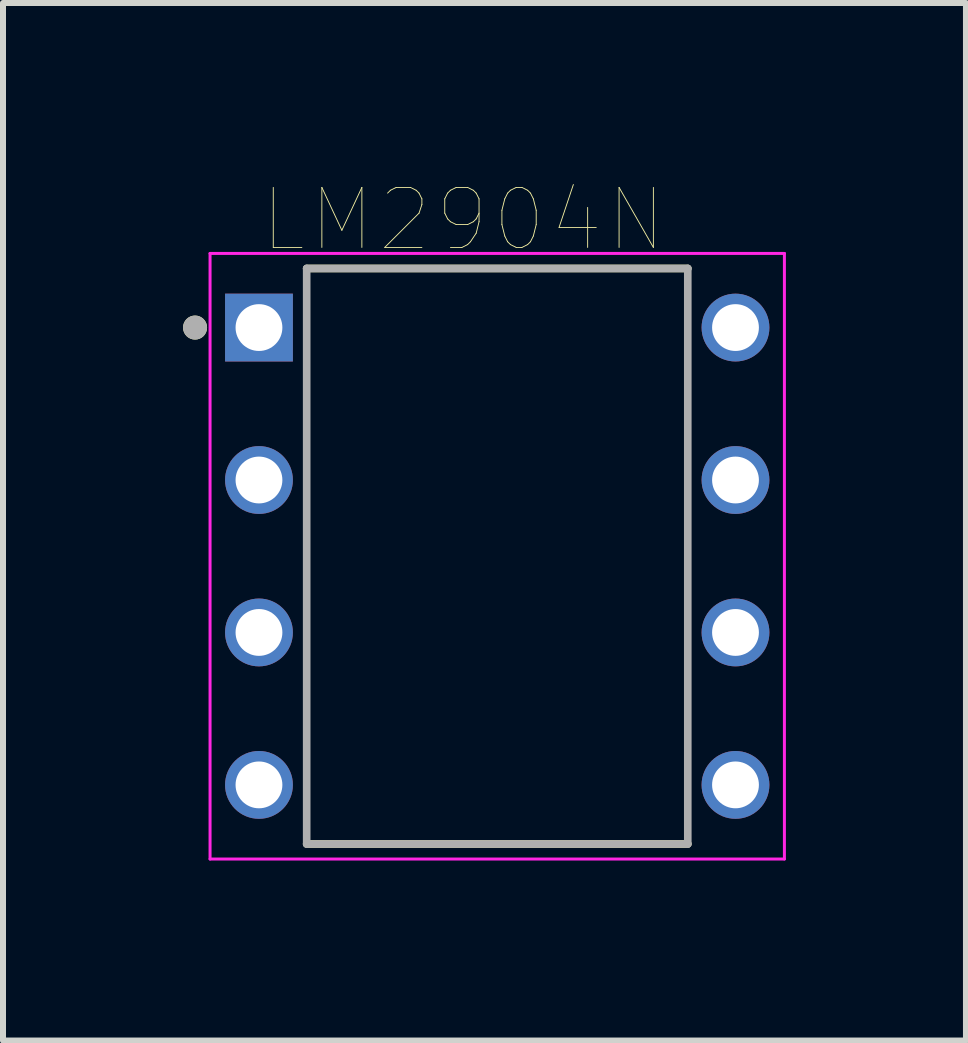
<source format=kicad_pcb>
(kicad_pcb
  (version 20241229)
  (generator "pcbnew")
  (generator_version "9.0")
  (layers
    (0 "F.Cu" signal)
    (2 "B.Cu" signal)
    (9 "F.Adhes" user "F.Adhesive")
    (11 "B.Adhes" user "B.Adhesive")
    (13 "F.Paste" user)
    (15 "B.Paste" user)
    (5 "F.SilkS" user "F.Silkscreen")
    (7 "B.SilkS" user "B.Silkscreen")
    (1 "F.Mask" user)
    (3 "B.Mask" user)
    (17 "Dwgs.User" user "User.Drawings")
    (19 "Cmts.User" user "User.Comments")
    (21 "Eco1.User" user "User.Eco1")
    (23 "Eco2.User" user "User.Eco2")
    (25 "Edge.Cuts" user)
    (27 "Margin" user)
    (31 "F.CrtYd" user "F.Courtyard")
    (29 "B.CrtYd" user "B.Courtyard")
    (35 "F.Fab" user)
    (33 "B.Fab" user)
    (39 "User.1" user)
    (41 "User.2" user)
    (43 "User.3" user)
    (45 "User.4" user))
  (footprint "LM2904N"
    (layer "F.Cu")
    (at 5.235 6.218)
    (property "Reference" "LM2904N" (at -0.565 -5.607 0) (layer "F.SilkS") (effects (font (size 1 1) (thickness 0.015))))
    (attr through_hole)
    (fp_line (start -3.175 -4.795) (end 3.175 -4.795) (stroke (width 0.127) (type solid)) (layer "F.SilkS"))
    (fp_line (start -3.175 4.795) (end 3.175 4.795) (stroke (width 0.127) (type solid)) (layer "F.SilkS"))
    (fp_circle (center -5.035 -3.81) (end -4.935 -3.81) (stroke (width 0.2) (type solid)) (fill no) (layer "F.SilkS"))
    (fp_line (start -4.785 -5.045) (end -4.785 5.045) (stroke (width 0.05) (type solid)) (layer "F.CrtYd"))
    (fp_line (start 4.785 -5.045) (end -4.785 -5.045) (stroke (width 0.05) (type solid)) (layer "F.CrtYd"))
    (fp_line (start 4.785 -5.045) (end 4.785 5.045) (stroke (width 0.05) (type solid)) (layer "F.CrtYd"))
    (fp_line (start 4.785 5.045) (end -4.785 5.045) (stroke (width 0.05) (type solid)) (layer "F.CrtYd"))
    (fp_line (start -3.175 -4.795) (end -3.175 4.795) (stroke (width 0.127) (type solid)) (layer "F.Fab"))
    (fp_line (start -3.175 -4.795) (end 3.175 -4.795) (stroke (width 0.127) (type solid)) (layer "F.Fab"))
    (fp_line (start -3.175 4.795) (end 3.175 4.795) (stroke (width 0.127) (type solid)) (layer "F.Fab"))
    (fp_line (start 3.175 -4.795) (end 3.175 4.795) (stroke (width 0.127) (type solid)) (layer "F.Fab"))
    (fp_circle (center -5.035 -3.81) (end -4.935 -3.81) (stroke (width 0.2) (type solid)) (fill no) (layer "F.Fab"))
    (pad "1" thru_hole rect (at -3.97 -3.81) (size 1.13 1.13) (drill 0.78) (layers "*.Cu" "*.Mask"))
    (pad "2" thru_hole circle (at -3.97 -1.27) (size 1.13 1.13) (drill 0.78) (layers "*.Cu" "*.Mask"))
    (pad "3" thru_hole circle (at -3.97 1.27) (size 1.13 1.13) (drill 0.78) (layers "*.Cu" "*.Mask"))
    (pad "4" thru_hole circle (at -3.97 3.81) (size 1.13 1.13) (drill 0.78) (layers "*.Cu" "*.Mask"))
    (pad "5" thru_hole circle (at 3.97 3.81) (size 1.13 1.13) (drill 0.78) (layers "*.Cu" "*.Mask"))
    (pad "6" thru_hole circle (at 3.97 1.27) (size 1.13 1.13) (drill 0.78) (layers "*.Cu" "*.Mask"))
    (pad "7" thru_hole circle (at 3.97 -1.27) (size 1.13 1.13) (drill 0.78) (layers "*.Cu" "*.Mask"))
    (pad "8" thru_hole circle (at 3.97 -3.81) (size 1.13 1.13) (drill 0.78) (layers "*.Cu" "*.Mask")))
  (gr_rect
    (start -3 -3)
    (end 13.045 14.288)
    (stroke (width 0.1) (type default))
    (fill no)
    (layer "Edge.Cuts")))
</source>
